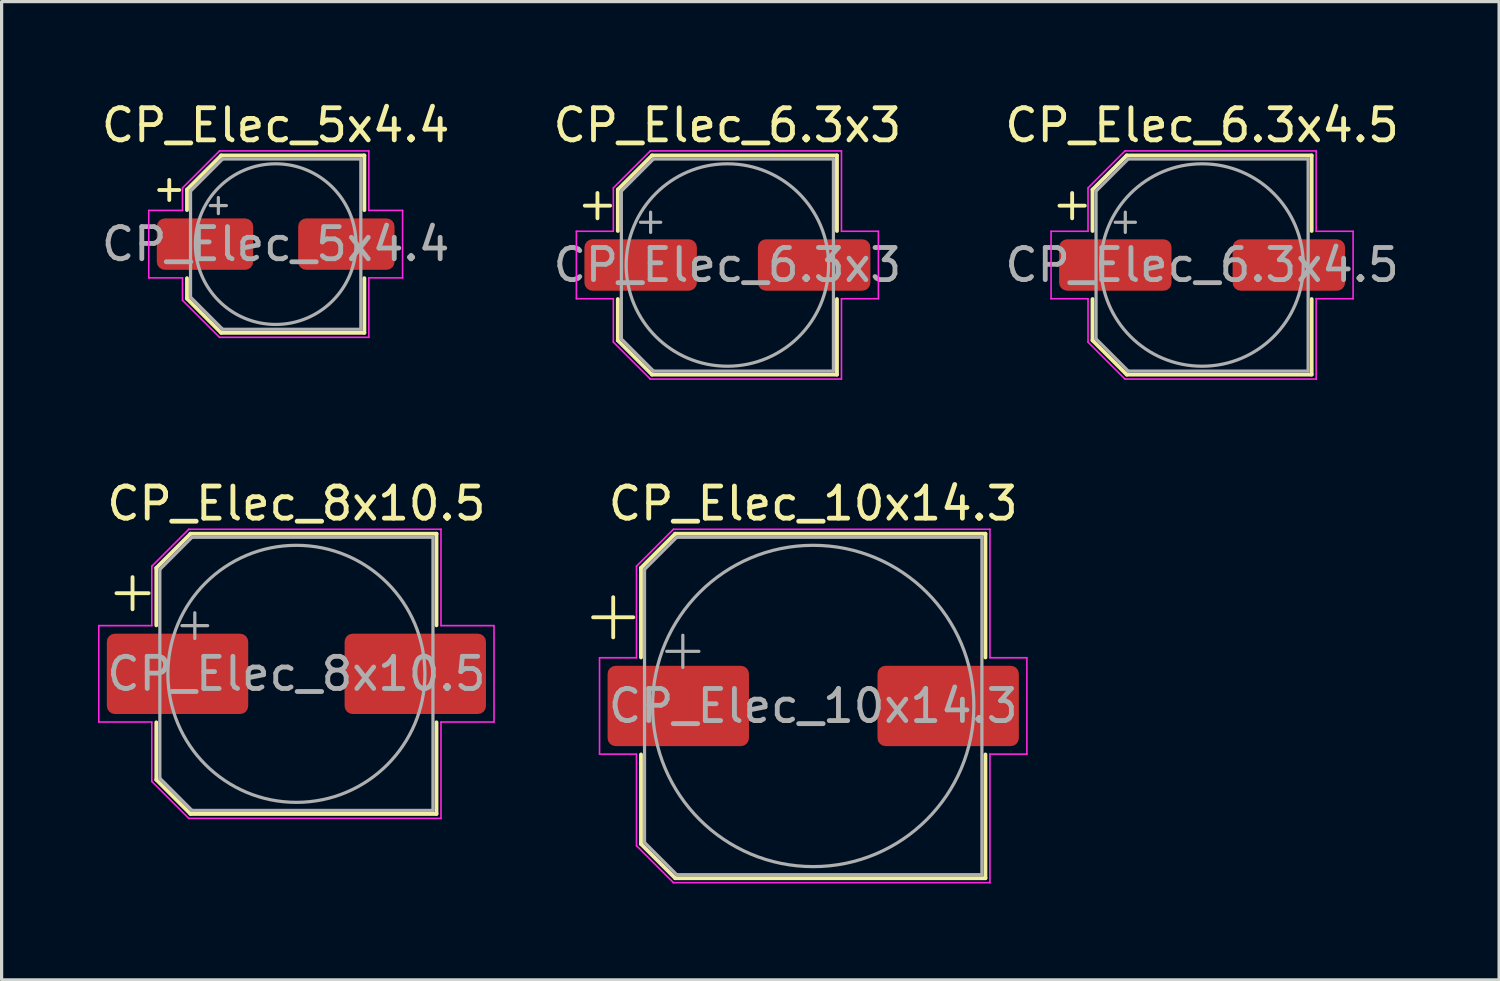
<source format=kicad_pcb>
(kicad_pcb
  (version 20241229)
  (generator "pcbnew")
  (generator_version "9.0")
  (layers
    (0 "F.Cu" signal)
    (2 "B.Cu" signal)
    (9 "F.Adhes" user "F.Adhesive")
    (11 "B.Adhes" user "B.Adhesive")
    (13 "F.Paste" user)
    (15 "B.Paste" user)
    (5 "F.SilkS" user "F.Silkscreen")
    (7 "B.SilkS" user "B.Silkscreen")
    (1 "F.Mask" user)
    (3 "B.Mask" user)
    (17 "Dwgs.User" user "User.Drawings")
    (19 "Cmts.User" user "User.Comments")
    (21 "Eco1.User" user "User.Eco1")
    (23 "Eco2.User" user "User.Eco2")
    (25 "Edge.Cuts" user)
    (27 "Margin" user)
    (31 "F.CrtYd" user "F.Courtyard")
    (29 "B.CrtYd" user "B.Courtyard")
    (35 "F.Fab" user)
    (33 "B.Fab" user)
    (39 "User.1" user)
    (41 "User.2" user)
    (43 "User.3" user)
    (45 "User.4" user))
  (footprint "CP_Elec_5x4.4"
    (layer "F.Cu")
    (at 5.53 4.548)
    (property "Reference" "CP_Elec_5x4.4" (at 0 -3.7 0) (layer "F.SilkS") (effects (font (size 1 1) (thickness 0.15))))
    (attr smd)
    (fp_line (start -3.625 -1.685) (end -3 -1.685) (stroke (width 0.12) (type solid)) (layer "F.SilkS"))
    (fp_line (start -3.312 -1.998) (end -3.312 -1.373) (stroke (width 0.12) (type solid)) (layer "F.SilkS"))
    (fp_line (start -2.76 -1.696) (end -2.76 -1.06) (stroke (width 0.12) (type solid)) (layer "F.SilkS"))
    (fp_line (start -2.76 -1.696) (end -1.696 -2.76) (stroke (width 0.12) (type solid)) (layer "F.SilkS"))
    (fp_line (start -2.76 1.696) (end -2.76 1.06) (stroke (width 0.12) (type solid)) (layer "F.SilkS"))
    (fp_line (start -2.76 1.696) (end -1.696 2.76) (stroke (width 0.12) (type solid)) (layer "F.SilkS"))
    (fp_line (start -1.696 -2.76) (end 2.76 -2.76) (stroke (width 0.12) (type solid)) (layer "F.SilkS"))
    (fp_line (start -1.696 2.76) (end 2.76 2.76) (stroke (width 0.12) (type solid)) (layer "F.SilkS"))
    (fp_line (start 2.76 -2.76) (end 2.76 -1.06) (stroke (width 0.12) (type solid)) (layer "F.SilkS"))
    (fp_line (start 2.76 2.76) (end 2.76 1.06) (stroke (width 0.12) (type solid)) (layer "F.SilkS"))
    (fp_line (start -3.95 -1.05) (end -3.95 1.05) (stroke (width 0.05) (type solid)) (layer "F.CrtYd"))
    (fp_line (start -3.95 1.05) (end -2.9 1.05) (stroke (width 0.05) (type solid)) (layer "F.CrtYd"))
    (fp_line (start -2.9 -1.75) (end -2.9 -1.05) (stroke (width 0.05) (type solid)) (layer "F.CrtYd"))
    (fp_line (start -2.9 -1.75) (end -1.75 -2.9) (stroke (width 0.05) (type solid)) (layer "F.CrtYd"))
    (fp_line (start -2.9 -1.05) (end -3.95 -1.05) (stroke (width 0.05) (type solid)) (layer "F.CrtYd"))
    (fp_line (start -2.9 1.05) (end -2.9 1.75) (stroke (width 0.05) (type solid)) (layer "F.CrtYd"))
    (fp_line (start -2.9 1.75) (end -1.75 2.9) (stroke (width 0.05) (type solid)) (layer "F.CrtYd"))
    (fp_line (start -1.75 -2.9) (end 2.9 -2.9) (stroke (width 0.05) (type solid)) (layer "F.CrtYd"))
    (fp_line (start -1.75 2.9) (end 2.9 2.9) (stroke (width 0.05) (type solid)) (layer "F.CrtYd"))
    (fp_line (start 2.9 -2.9) (end 2.9 -1.05) (stroke (width 0.05) (type solid)) (layer "F.CrtYd"))
    (fp_line (start 2.9 -1.05) (end 3.95 -1.05) (stroke (width 0.05) (type solid)) (layer "F.CrtYd"))
    (fp_line (start 2.9 1.05) (end 2.9 2.9) (stroke (width 0.05) (type solid)) (layer "F.CrtYd"))
    (fp_line (start 3.95 -1.05) (end 3.95 1.05) (stroke (width 0.05) (type solid)) (layer "F.CrtYd"))
    (fp_line (start 3.95 1.05) (end 2.9 1.05) (stroke (width 0.05) (type solid)) (layer "F.CrtYd"))
    (fp_line (start -2.65 -1.65) (end -2.65 1.65) (stroke (width 0.1) (type solid)) (layer "F.Fab"))
    (fp_line (start -2.65 -1.65) (end -1.65 -2.65) (stroke (width 0.1) (type solid)) (layer "F.Fab"))
    (fp_line (start -2.65 1.65) (end -1.65 2.65) (stroke (width 0.1) (type solid)) (layer "F.Fab"))
    (fp_line (start -2.034 -1.2) (end -1.534 -1.2) (stroke (width 0.1) (type solid)) (layer "F.Fab"))
    (fp_line (start -1.784 -1.45) (end -1.784 -0.95) (stroke (width 0.1) (type solid)) (layer "F.Fab"))
    (fp_line (start -1.65 -2.65) (end 2.65 -2.65) (stroke (width 0.1) (type solid)) (layer "F.Fab"))
    (fp_line (start -1.65 2.65) (end 2.65 2.65) (stroke (width 0.1) (type solid)) (layer "F.Fab"))
    (fp_line (start 2.65 -2.65) (end 2.65 2.65) (stroke (width 0.1) (type solid)) (layer "F.Fab"))
    (fp_circle (center 0 0) (end 2.5 0) (stroke (width 0.1) (type solid)) (fill no) (layer "F.Fab"))
    (fp_text user "${REFERENCE}" (at 0 0 0) (layer "F.Fab") (effects (font (size 1 1) (thickness 0.15))))
    (pad "1" smd roundrect (at -2.2 0) (size 3 1.6) (layers "F.Cu" "F.Mask" "F.Paste") (roundrect_rratio 0.156))
    (pad "2" smd roundrect (at 2.2 0) (size 3 1.6) (layers "F.Cu" "F.Mask" "F.Paste") (roundrect_rratio 0.156)))
  (footprint "CP_Elec_6.3x3"
    (layer "F.Cu")
    (at 19.589 5.198)
    (property "Reference" "CP_Elec_6.3x3" (at 0 -4.35 0) (layer "F.SilkS") (effects (font (size 1 1) (thickness 0.15))))
    (attr smd)
    (fp_line (start -4.438 -1.847) (end -3.65 -1.847) (stroke (width 0.12) (type solid)) (layer "F.SilkS"))
    (fp_line (start -4.044 -2.241) (end -4.044 -1.454) (stroke (width 0.12) (type solid)) (layer "F.SilkS"))
    (fp_line (start -3.41 -2.346) (end -3.41 -1.06) (stroke (width 0.12) (type solid)) (layer "F.SilkS"))
    (fp_line (start -3.41 -2.346) (end -2.346 -3.41) (stroke (width 0.12) (type solid)) (layer "F.SilkS"))
    (fp_line (start -3.41 2.346) (end -3.41 1.06) (stroke (width 0.12) (type solid)) (layer "F.SilkS"))
    (fp_line (start -3.41 2.346) (end -2.346 3.41) (stroke (width 0.12) (type solid)) (layer "F.SilkS"))
    (fp_line (start -2.346 -3.41) (end 3.41 -3.41) (stroke (width 0.12) (type solid)) (layer "F.SilkS"))
    (fp_line (start -2.346 3.41) (end 3.41 3.41) (stroke (width 0.12) (type solid)) (layer "F.SilkS"))
    (fp_line (start 3.41 -3.41) (end 3.41 -1.06) (stroke (width 0.12) (type solid)) (layer "F.SilkS"))
    (fp_line (start 3.41 3.41) (end 3.41 1.06) (stroke (width 0.12) (type solid)) (layer "F.SilkS"))
    (fp_line (start -4.7 -1.05) (end -4.7 1.05) (stroke (width 0.05) (type solid)) (layer "F.CrtYd"))
    (fp_line (start -4.7 1.05) (end -3.55 1.05) (stroke (width 0.05) (type solid)) (layer "F.CrtYd"))
    (fp_line (start -3.55 -2.4) (end -3.55 -1.05) (stroke (width 0.05) (type solid)) (layer "F.CrtYd"))
    (fp_line (start -3.55 -2.4) (end -2.4 -3.55) (stroke (width 0.05) (type solid)) (layer "F.CrtYd"))
    (fp_line (start -3.55 -1.05) (end -4.7 -1.05) (stroke (width 0.05) (type solid)) (layer "F.CrtYd"))
    (fp_line (start -3.55 1.05) (end -3.55 2.4) (stroke (width 0.05) (type solid)) (layer "F.CrtYd"))
    (fp_line (start -3.55 2.4) (end -2.4 3.55) (stroke (width 0.05) (type solid)) (layer "F.CrtYd"))
    (fp_line (start -2.4 -3.55) (end 3.55 -3.55) (stroke (width 0.05) (type solid)) (layer "F.CrtYd"))
    (fp_line (start -2.4 3.55) (end 3.55 3.55) (stroke (width 0.05) (type solid)) (layer "F.CrtYd"))
    (fp_line (start 3.55 -3.55) (end 3.55 -1.05) (stroke (width 0.05) (type solid)) (layer "F.CrtYd"))
    (fp_line (start 3.55 -1.05) (end 4.7 -1.05) (stroke (width 0.05) (type solid)) (layer "F.CrtYd"))
    (fp_line (start 3.55 1.05) (end 3.55 3.55) (stroke (width 0.05) (type solid)) (layer "F.CrtYd"))
    (fp_line (start 4.7 -1.05) (end 4.7 1.05) (stroke (width 0.05) (type solid)) (layer "F.CrtYd"))
    (fp_line (start 4.7 1.05) (end 3.55 1.05) (stroke (width 0.05) (type solid)) (layer "F.CrtYd"))
    (fp_line (start -3.3 -2.3) (end -3.3 2.3) (stroke (width 0.1) (type solid)) (layer "F.Fab"))
    (fp_line (start -3.3 -2.3) (end -2.3 -3.3) (stroke (width 0.1) (type solid)) (layer "F.Fab"))
    (fp_line (start -3.3 2.3) (end -2.3 3.3) (stroke (width 0.1) (type solid)) (layer "F.Fab"))
    (fp_line (start -2.705 -1.33) (end -2.075 -1.33) (stroke (width 0.1) (type solid)) (layer "F.Fab"))
    (fp_line (start -2.39 -1.645) (end -2.39 -1.015) (stroke (width 0.1) (type solid)) (layer "F.Fab"))
    (fp_line (start -2.3 -3.3) (end 3.3 -3.3) (stroke (width 0.1) (type solid)) (layer "F.Fab"))
    (fp_line (start -2.3 3.3) (end 3.3 3.3) (stroke (width 0.1) (type solid)) (layer "F.Fab"))
    (fp_line (start 3.3 -3.3) (end 3.3 3.3) (stroke (width 0.1) (type solid)) (layer "F.Fab"))
    (fp_circle (center 0 0) (end 3.15 0) (stroke (width 0.1) (type solid)) (fill no) (layer "F.Fab"))
    (fp_text user "${REFERENCE}" (at 0 0 0) (layer "F.Fab") (effects (font (size 1 1) (thickness 0.15))))
    (pad "1" smd roundrect (at -2.7 0) (size 3.5 1.6) (layers "F.Cu" "F.Mask" "F.Paste") (roundrect_rratio 0.156))
    (pad "2" smd roundrect (at 2.7 0) (size 3.5 1.6) (layers "F.Cu" "F.Mask" "F.Paste") (roundrect_rratio 0.156)))
  (footprint "CP_Elec_8x10.5"
    (layer "F.Cu")
    (at 6.175 17.922)
    (property "Reference" "CP_Elec_8x10.5" (at 0 -5.3 0) (layer "F.SilkS") (effects (font (size 1 1) (thickness 0.15))))
    (attr smd)
    (fp_line (start -5.6 -2.51) (end -4.6 -2.51) (stroke (width 0.12) (type solid)) (layer "F.SilkS"))
    (fp_line (start -5.1 -3.01) (end -5.1 -2.01) (stroke (width 0.12) (type solid)) (layer "F.SilkS"))
    (fp_line (start -4.36 -3.296) (end -4.36 -1.51) (stroke (width 0.12) (type solid)) (layer "F.SilkS"))
    (fp_line (start -4.36 -3.296) (end -3.296 -4.36) (stroke (width 0.12) (type solid)) (layer "F.SilkS"))
    (fp_line (start -4.36 3.296) (end -4.36 1.51) (stroke (width 0.12) (type solid)) (layer "F.SilkS"))
    (fp_line (start -4.36 3.296) (end -3.296 4.36) (stroke (width 0.12) (type solid)) (layer "F.SilkS"))
    (fp_line (start -3.296 -4.36) (end 4.36 -4.36) (stroke (width 0.12) (type solid)) (layer "F.SilkS"))
    (fp_line (start -3.296 4.36) (end 4.36 4.36) (stroke (width 0.12) (type solid)) (layer "F.SilkS"))
    (fp_line (start 4.36 -4.36) (end 4.36 -1.51) (stroke (width 0.12) (type solid)) (layer "F.SilkS"))
    (fp_line (start 4.36 4.36) (end 4.36 1.51) (stroke (width 0.12) (type solid)) (layer "F.SilkS"))
    (fp_line (start -6.15 -1.5) (end -6.15 1.5) (stroke (width 0.05) (type solid)) (layer "F.CrtYd"))
    (fp_line (start -6.15 1.5) (end -4.5 1.5) (stroke (width 0.05) (type solid)) (layer "F.CrtYd"))
    (fp_line (start -4.5 -3.35) (end -4.5 -1.5) (stroke (width 0.05) (type solid)) (layer "F.CrtYd"))
    (fp_line (start -4.5 -3.35) (end -3.35 -4.5) (stroke (width 0.05) (type solid)) (layer "F.CrtYd"))
    (fp_line (start -4.5 -1.5) (end -6.15 -1.5) (stroke (width 0.05) (type solid)) (layer "F.CrtYd"))
    (fp_line (start -4.5 1.5) (end -4.5 3.35) (stroke (width 0.05) (type solid)) (layer "F.CrtYd"))
    (fp_line (start -4.5 3.35) (end -3.35 4.5) (stroke (width 0.05) (type solid)) (layer "F.CrtYd"))
    (fp_line (start -3.35 -4.5) (end 4.5 -4.5) (stroke (width 0.05) (type solid)) (layer "F.CrtYd"))
    (fp_line (start -3.35 4.5) (end 4.5 4.5) (stroke (width 0.05) (type solid)) (layer "F.CrtYd"))
    (fp_line (start 4.5 -4.5) (end 4.5 -1.5) (stroke (width 0.05) (type solid)) (layer "F.CrtYd"))
    (fp_line (start 4.5 -1.5) (end 6.15 -1.5) (stroke (width 0.05) (type solid)) (layer "F.CrtYd"))
    (fp_line (start 4.5 1.5) (end 4.5 4.5) (stroke (width 0.05) (type solid)) (layer "F.CrtYd"))
    (fp_line (start 6.15 -1.5) (end 6.15 1.5) (stroke (width 0.05) (type solid)) (layer "F.CrtYd"))
    (fp_line (start 6.15 1.5) (end 4.5 1.5) (stroke (width 0.05) (type solid)) (layer "F.CrtYd"))
    (fp_line (start -4.25 -3.25) (end -4.25 3.25) (stroke (width 0.1) (type solid)) (layer "F.Fab"))
    (fp_line (start -4.25 -3.25) (end -3.25 -4.25) (stroke (width 0.1) (type solid)) (layer "F.Fab"))
    (fp_line (start -4.25 3.25) (end -3.25 4.25) (stroke (width 0.1) (type solid)) (layer "F.Fab"))
    (fp_line (start -3.562 -1.5) (end -2.762 -1.5) (stroke (width 0.1) (type solid)) (layer "F.Fab"))
    (fp_line (start -3.25 -4.25) (end 4.25 -4.25) (stroke (width 0.1) (type solid)) (layer "F.Fab"))
    (fp_line (start -3.25 4.25) (end 4.25 4.25) (stroke (width 0.1) (type solid)) (layer "F.Fab"))
    (fp_line (start -3.162 -1.9) (end -3.162 -1.1) (stroke (width 0.1) (type solid)) (layer "F.Fab"))
    (fp_line (start 4.25 -4.25) (end 4.25 4.25) (stroke (width 0.1) (type solid)) (layer "F.Fab"))
    (fp_circle (center 0 0) (end 4 0) (stroke (width 0.1) (type solid)) (fill no) (layer "F.Fab"))
    (fp_text user "${REFERENCE}" (at 0 0 0) (layer "F.Fab") (effects (font (size 1 1) (thickness 0.15))))
    (pad "1" smd roundrect (at -3.7 0) (size 4.4 2.5) (layers "F.Cu" "F.Mask" "F.Paste") (roundrect_rratio 0.1))
    (pad "2" smd roundrect (at 3.7 0) (size 4.4 2.5) (layers "F.Cu" "F.Mask" "F.Paste") (roundrect_rratio 0.1)))
  (footprint "CP_Elec_6.3x4.5"
    (layer "F.Cu")
    (at 34.363 5.198)
    (property "Reference" "CP_Elec_6.3x4.5" (at 0 -4.35 0) (layer "F.SilkS") (effects (font (size 1 1) (thickness 0.15))))
    (attr smd)
    (fp_line (start -4.438 -1.847) (end -3.65 -1.847) (stroke (width 0.12) (type solid)) (layer "F.SilkS"))
    (fp_line (start -4.044 -2.241) (end -4.044 -1.454) (stroke (width 0.12) (type solid)) (layer "F.SilkS"))
    (fp_line (start -3.41 -2.346) (end -3.41 -1.06) (stroke (width 0.12) (type solid)) (layer "F.SilkS"))
    (fp_line (start -3.41 -2.346) (end -2.346 -3.41) (stroke (width 0.12) (type solid)) (layer "F.SilkS"))
    (fp_line (start -3.41 2.346) (end -3.41 1.06) (stroke (width 0.12) (type solid)) (layer "F.SilkS"))
    (fp_line (start -3.41 2.346) (end -2.346 3.41) (stroke (width 0.12) (type solid)) (layer "F.SilkS"))
    (fp_line (start -2.346 -3.41) (end 3.41 -3.41) (stroke (width 0.12) (type solid)) (layer "F.SilkS"))
    (fp_line (start -2.346 3.41) (end 3.41 3.41) (stroke (width 0.12) (type solid)) (layer "F.SilkS"))
    (fp_line (start 3.41 -3.41) (end 3.41 -1.06) (stroke (width 0.12) (type solid)) (layer "F.SilkS"))
    (fp_line (start 3.41 3.41) (end 3.41 1.06) (stroke (width 0.12) (type solid)) (layer "F.SilkS"))
    (fp_line (start -4.7 -1.05) (end -4.7 1.05) (stroke (width 0.05) (type solid)) (layer "F.CrtYd"))
    (fp_line (start -4.7 1.05) (end -3.55 1.05) (stroke (width 0.05) (type solid)) (layer "F.CrtYd"))
    (fp_line (start -3.55 -2.4) (end -3.55 -1.05) (stroke (width 0.05) (type solid)) (layer "F.CrtYd"))
    (fp_line (start -3.55 -2.4) (end -2.4 -3.55) (stroke (width 0.05) (type solid)) (layer "F.CrtYd"))
    (fp_line (start -3.55 -1.05) (end -4.7 -1.05) (stroke (width 0.05) (type solid)) (layer "F.CrtYd"))
    (fp_line (start -3.55 1.05) (end -3.55 2.4) (stroke (width 0.05) (type solid)) (layer "F.CrtYd"))
    (fp_line (start -3.55 2.4) (end -2.4 3.55) (stroke (width 0.05) (type solid)) (layer "F.CrtYd"))
    (fp_line (start -2.4 -3.55) (end 3.55 -3.55) (stroke (width 0.05) (type solid)) (layer "F.CrtYd"))
    (fp_line (start -2.4 3.55) (end 3.55 3.55) (stroke (width 0.05) (type solid)) (layer "F.CrtYd"))
    (fp_line (start 3.55 -3.55) (end 3.55 -1.05) (stroke (width 0.05) (type solid)) (layer "F.CrtYd"))
    (fp_line (start 3.55 -1.05) (end 4.7 -1.05) (stroke (width 0.05) (type solid)) (layer "F.CrtYd"))
    (fp_line (start 3.55 1.05) (end 3.55 3.55) (stroke (width 0.05) (type solid)) (layer "F.CrtYd"))
    (fp_line (start 4.7 -1.05) (end 4.7 1.05) (stroke (width 0.05) (type solid)) (layer "F.CrtYd"))
    (fp_line (start 4.7 1.05) (end 3.55 1.05) (stroke (width 0.05) (type solid)) (layer "F.CrtYd"))
    (fp_line (start -3.3 -2.3) (end -3.3 2.3) (stroke (width 0.1) (type solid)) (layer "F.Fab"))
    (fp_line (start -3.3 -2.3) (end -2.3 -3.3) (stroke (width 0.1) (type solid)) (layer "F.Fab"))
    (fp_line (start -3.3 2.3) (end -2.3 3.3) (stroke (width 0.1) (type solid)) (layer "F.Fab"))
    (fp_line (start -2.705 -1.33) (end -2.075 -1.33) (stroke (width 0.1) (type solid)) (layer "F.Fab"))
    (fp_line (start -2.39 -1.645) (end -2.39 -1.015) (stroke (width 0.1) (type solid)) (layer "F.Fab"))
    (fp_line (start -2.3 -3.3) (end 3.3 -3.3) (stroke (width 0.1) (type solid)) (layer "F.Fab"))
    (fp_line (start -2.3 3.3) (end 3.3 3.3) (stroke (width 0.1) (type solid)) (layer "F.Fab"))
    (fp_line (start 3.3 -3.3) (end 3.3 3.3) (stroke (width 0.1) (type solid)) (layer "F.Fab"))
    (fp_circle (center 0 0) (end 3.15 0) (stroke (width 0.1) (type solid)) (fill no) (layer "F.Fab"))
    (fp_text user "${REFERENCE}" (at 0 0 0) (layer "F.Fab") (effects (font (size 1 1) (thickness 0.15))))
    (pad "1" smd roundrect (at -2.7 0) (size 3.5 1.6) (layers "F.Cu" "F.Mask" "F.Paste") (roundrect_rratio 0.156))
    (pad "2" smd roundrect (at 2.7 0) (size 3.5 1.6) (layers "F.Cu" "F.Mask" "F.Paste") (roundrect_rratio 0.156)))
  (footprint "CP_Elec_10x14.3"
    (layer "F.Cu")
    (at 22.26 18.922)
    (property "Reference" "CP_Elec_10x14.3" (at 0 -6.3 0) (layer "F.SilkS") (effects (font (size 1 1) (thickness 0.15))))
    (attr smd)
    (fp_line (start -6.85 -2.76) (end -5.6 -2.76) (stroke (width 0.12) (type solid)) (layer "F.SilkS"))
    (fp_line (start -6.225 -3.385) (end -6.225 -2.135) (stroke (width 0.12) (type solid)) (layer "F.SilkS"))
    (fp_line (start -5.36 -4.296) (end -5.36 -1.51) (stroke (width 0.12) (type solid)) (layer "F.SilkS"))
    (fp_line (start -5.36 -4.296) (end -4.296 -5.36) (stroke (width 0.12) (type solid)) (layer "F.SilkS"))
    (fp_line (start -5.36 4.296) (end -5.36 1.51) (stroke (width 0.12) (type solid)) (layer "F.SilkS"))
    (fp_line (start -5.36 4.296) (end -4.296 5.36) (stroke (width 0.12) (type solid)) (layer "F.SilkS"))
    (fp_line (start -4.296 -5.36) (end 5.36 -5.36) (stroke (width 0.12) (type solid)) (layer "F.SilkS"))
    (fp_line (start -4.296 5.36) (end 5.36 5.36) (stroke (width 0.12) (type solid)) (layer "F.SilkS"))
    (fp_line (start 5.36 -5.36) (end 5.36 -1.51) (stroke (width 0.12) (type solid)) (layer "F.SilkS"))
    (fp_line (start 5.36 5.36) (end 5.36 1.51) (stroke (width 0.12) (type solid)) (layer "F.SilkS"))
    (fp_line (start -6.65 -1.5) (end -6.65 1.5) (stroke (width 0.05) (type solid)) (layer "F.CrtYd"))
    (fp_line (start -6.65 1.5) (end -5.5 1.5) (stroke (width 0.05) (type solid)) (layer "F.CrtYd"))
    (fp_line (start -5.5 -4.35) (end -5.5 -1.5) (stroke (width 0.05) (type solid)) (layer "F.CrtYd"))
    (fp_line (start -5.5 -4.35) (end -4.35 -5.5) (stroke (width 0.05) (type solid)) (layer "F.CrtYd"))
    (fp_line (start -5.5 -1.5) (end -6.65 -1.5) (stroke (width 0.05) (type solid)) (layer "F.CrtYd"))
    (fp_line (start -5.5 1.5) (end -5.5 4.35) (stroke (width 0.05) (type solid)) (layer "F.CrtYd"))
    (fp_line (start -5.5 4.35) (end -4.35 5.5) (stroke (width 0.05) (type solid)) (layer "F.CrtYd"))
    (fp_line (start -4.35 -5.5) (end 5.5 -5.5) (stroke (width 0.05) (type solid)) (layer "F.CrtYd"))
    (fp_line (start -4.35 5.5) (end 5.5 5.5) (stroke (width 0.05) (type solid)) (layer "F.CrtYd"))
    (fp_line (start 5.5 -5.5) (end 5.5 -1.5) (stroke (width 0.05) (type solid)) (layer "F.CrtYd"))
    (fp_line (start 5.5 -1.5) (end 6.65 -1.5) (stroke (width 0.05) (type solid)) (layer "F.CrtYd"))
    (fp_line (start 5.5 1.5) (end 5.5 5.5) (stroke (width 0.05) (type solid)) (layer "F.CrtYd"))
    (fp_line (start 6.65 -1.5) (end 6.65 1.5) (stroke (width 0.05) (type solid)) (layer "F.CrtYd"))
    (fp_line (start 6.65 1.5) (end 5.5 1.5) (stroke (width 0.05) (type solid)) (layer "F.CrtYd"))
    (fp_line (start -5.25 -4.25) (end -5.25 4.25) (stroke (width 0.1) (type solid)) (layer "F.Fab"))
    (fp_line (start -5.25 -4.25) (end -4.25 -5.25) (stroke (width 0.1) (type solid)) (layer "F.Fab"))
    (fp_line (start -5.25 4.25) (end -4.25 5.25) (stroke (width 0.1) (type solid)) (layer "F.Fab"))
    (fp_line (start -4.558 -1.7) (end -3.558 -1.7) (stroke (width 0.1) (type solid)) (layer "F.Fab"))
    (fp_line (start -4.25 -5.25) (end 5.25 -5.25) (stroke (width 0.1) (type solid)) (layer "F.Fab"))
    (fp_line (start -4.25 5.25) (end 5.25 5.25) (stroke (width 0.1) (type solid)) (layer "F.Fab"))
    (fp_line (start -4.058 -2.2) (end -4.058 -1.2) (stroke (width 0.1) (type solid)) (layer "F.Fab"))
    (fp_line (start 5.25 -5.25) (end 5.25 5.25) (stroke (width 0.1) (type solid)) (layer "F.Fab"))
    (fp_circle (center 0 0) (end 5 0) (stroke (width 0.1) (type solid)) (fill no) (layer "F.Fab"))
    (fp_text user "${REFERENCE}" (at 0 0 0) (layer "F.Fab") (effects (font (size 1 1) (thickness 0.15))))
    (pad "1" smd roundrect (at -4.2 0) (size 4.4 2.5) (layers "F.Cu" "F.Mask" "F.Paste") (roundrect_rratio 0.1))
    (pad "2" smd roundrect (at 4.2 0) (size 4.4 2.5) (layers "F.Cu" "F.Mask" "F.Paste") (roundrect_rratio 0.1)))
  (gr_rect
    (start -3 -3)
    (end 43.607 27.447)
    (stroke (width 0.1) (type default))
    (fill no)
    (layer "Edge.Cuts")))
</source>
